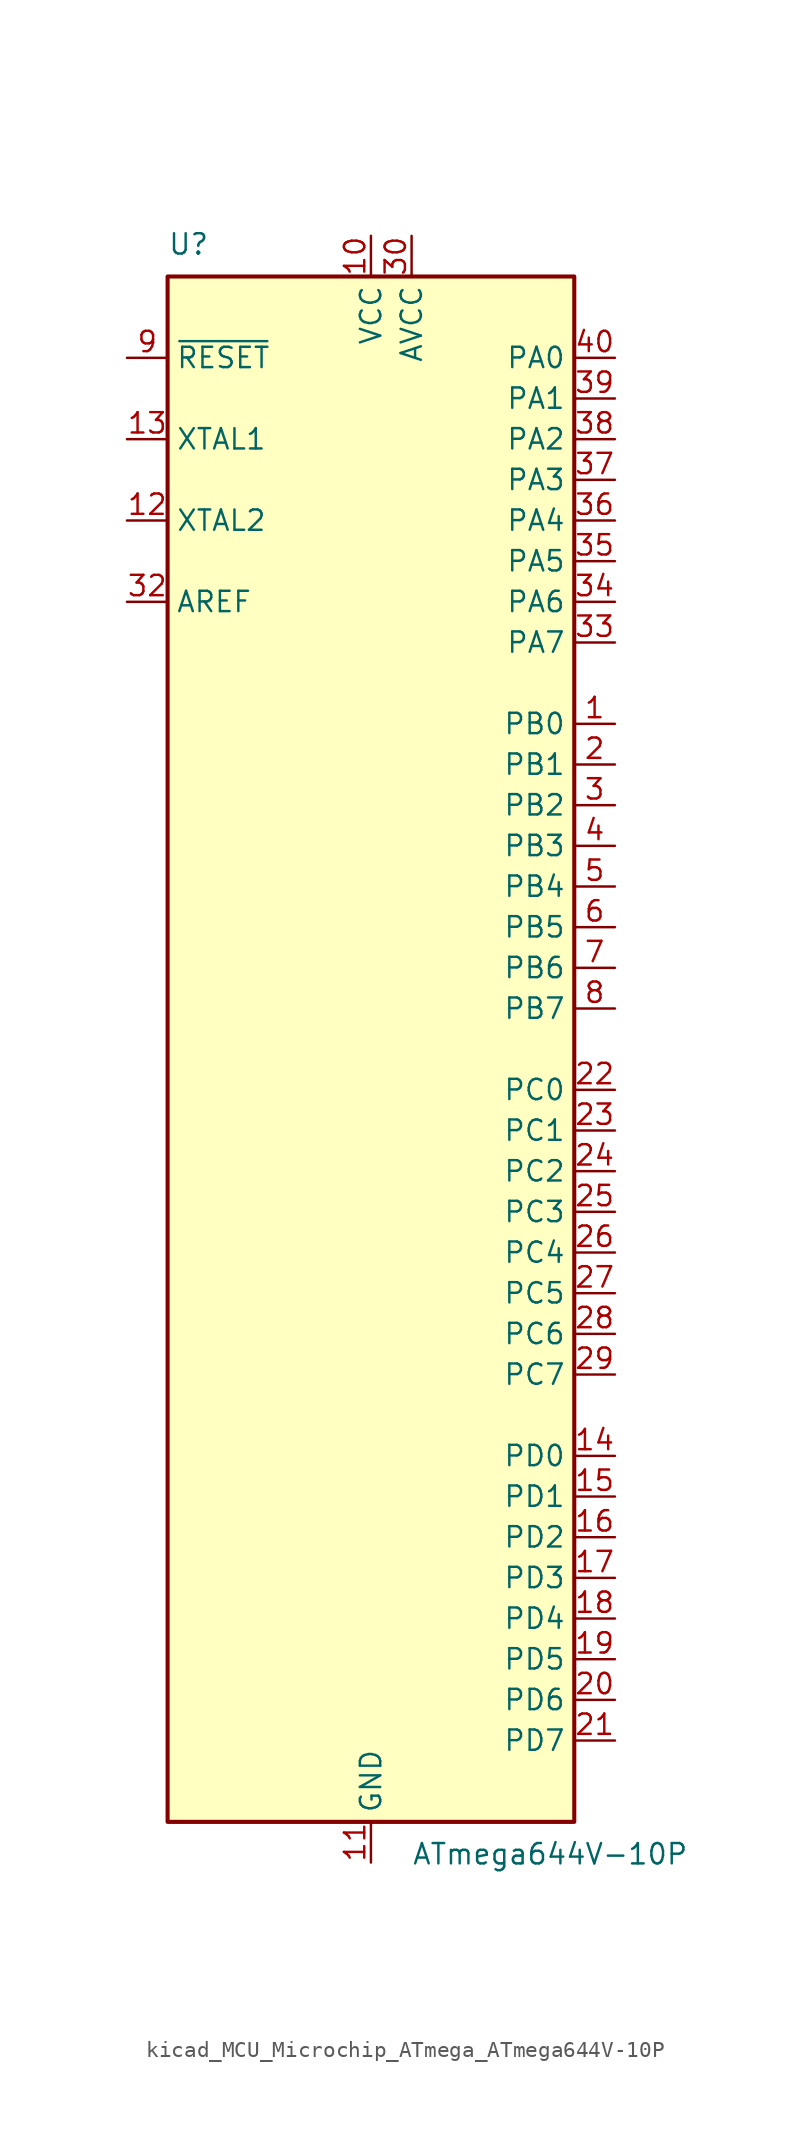
<source format=kicad_sym>
(kicad_symbol_lib
  (version 20220914)
  (generator kicad_symbol_editor)
  (symbol "kicad_MCU_Microchip_ATmega_ATmega644V-10P"
    (property "Reference" "U"
      (at -12.7 49.53 0)
      (effects (font (size 1.27 1.27)) (justify left bottom)))
    (property "Value" "ATmega644V-10P"
      (at 2.54 -49.53 0)
      (effects (font (size 1.27 1.27)) (justify left top)))
    (symbol "kicad_MCU_Microchip_ATmega_ATmega644V-10P_0_1"
      (rectangle (start -12.7 -48.26) (end 12.7 48.26) (stroke (width 0.254) (type default)) (fill (type background))))
    (symbol "kicad_MCU_Microchip_ATmega_ATmega644V-10P_1_1"
      (pin bidirectional line (at 15.24 20.32 180) (length 2.54) (name "PB0" (effects (font (size 1.27 1.27)))) (number "1" (effects (font (size 1.27 1.27)))))
      (pin power_in line (at 0 50.8 270) (length 2.54) (name "VCC" (effects (font (size 1.27 1.27)))) (number "10" (effects (font (size 1.27 1.27)))))
      (pin power_in line (at 0 -50.8 90) (length 2.54) (name "GND" (effects (font (size 1.27 1.27)))) (number "11" (effects (font (size 1.27 1.27)))))
      (pin output line (at -15.24 33.02 0) (length 2.54) (name "XTAL2" (effects (font (size 1.27 1.27)))) (number "12" (effects (font (size 1.27 1.27)))))
      (pin input line (at -15.24 38.1 0) (length 2.54) (name "XTAL1" (effects (font (size 1.27 1.27)))) (number "13" (effects (font (size 1.27 1.27)))))
      (pin bidirectional line (at 15.24 -25.4 180) (length 2.54) (name "PD0" (effects (font (size 1.27 1.27)))) (number "14" (effects (font (size 1.27 1.27)))))
      (pin bidirectional line (at 15.24 -27.94 180) (length 2.54) (name "PD1" (effects (font (size 1.27 1.27)))) (number "15" (effects (font (size 1.27 1.27)))))
      (pin bidirectional line (at 15.24 -30.48 180) (length 2.54) (name "PD2" (effects (font (size 1.27 1.27)))) (number "16" (effects (font (size 1.27 1.27)))))
      (pin bidirectional line (at 15.24 -33.02 180) (length 2.54) (name "PD3" (effects (font (size 1.27 1.27)))) (number "17" (effects (font (size 1.27 1.27)))))
      (pin bidirectional line (at 15.24 -35.56 180) (length 2.54) (name "PD4" (effects (font (size 1.27 1.27)))) (number "18" (effects (font (size 1.27 1.27)))))
      (pin bidirectional line (at 15.24 -38.1 180) (length 2.54) (name "PD5" (effects (font (size 1.27 1.27)))) (number "19" (effects (font (size 1.27 1.27)))))
      (pin bidirectional line (at 15.24 17.78 180) (length 2.54) (name "PB1" (effects (font (size 1.27 1.27)))) (number "2" (effects (font (size 1.27 1.27)))))
      (pin bidirectional line (at 15.24 -40.64 180) (length 2.54) (name "PD6" (effects (font (size 1.27 1.27)))) (number "20" (effects (font (size 1.27 1.27)))))
      (pin bidirectional line (at 15.24 -43.18 180) (length 2.54) (name "PD7" (effects (font (size 1.27 1.27)))) (number "21" (effects (font (size 1.27 1.27)))))
      (pin bidirectional line (at 15.24 -2.54 180) (length 2.54) (name "PC0" (effects (font (size 1.27 1.27)))) (number "22" (effects (font (size 1.27 1.27)))))
      (pin bidirectional line (at 15.24 -5.08 180) (length 2.54) (name "PC1" (effects (font (size 1.27 1.27)))) (number "23" (effects (font (size 1.27 1.27)))))
      (pin bidirectional line (at 15.24 -7.62 180) (length 2.54) (name "PC2" (effects (font (size 1.27 1.27)))) (number "24" (effects (font (size 1.27 1.27)))))
      (pin bidirectional line (at 15.24 -10.16 180) (length 2.54) (name "PC3" (effects (font (size 1.27 1.27)))) (number "25" (effects (font (size 1.27 1.27)))))
      (pin bidirectional line (at 15.24 -12.7 180) (length 2.54) (name "PC4" (effects (font (size 1.27 1.27)))) (number "26" (effects (font (size 1.27 1.27)))))
      (pin bidirectional line (at 15.24 -15.24 180) (length 2.54) (name "PC5" (effects (font (size 1.27 1.27)))) (number "27" (effects (font (size 1.27 1.27)))))
      (pin bidirectional line (at 15.24 -17.78 180) (length 2.54) (name "PC6" (effects (font (size 1.27 1.27)))) (number "28" (effects (font (size 1.27 1.27)))))
      (pin bidirectional line (at 15.24 -20.32 180) (length 2.54) (name "PC7" (effects (font (size 1.27 1.27)))) (number "29" (effects (font (size 1.27 1.27)))))
      (pin bidirectional line (at 15.24 15.24 180) (length 2.54) (name "PB2" (effects (font (size 1.27 1.27)))) (number "3" (effects (font (size 1.27 1.27)))))
      (pin power_in line (at 2.54 50.8 270) (length 2.54) (name "AVCC" (effects (font (size 1.27 1.27)))) (number "30" (effects (font (size 1.27 1.27)))))
      (pin passive line (at 0 -50.8 90) (length 2.54) hide (name "GND" (effects (font (size 1.27 1.27)))) (number "31" (effects (font (size 1.27 1.27)))))
      (pin passive line (at -15.24 27.94 0) (length 2.54) (name "AREF" (effects (font (size 1.27 1.27)))) (number "32" (effects (font (size 1.27 1.27)))))
      (pin bidirectional line (at 15.24 25.4 180) (length 2.54) (name "PA7" (effects (font (size 1.27 1.27)))) (number "33" (effects (font (size 1.27 1.27)))))
      (pin bidirectional line (at 15.24 27.94 180) (length 2.54) (name "PA6" (effects (font (size 1.27 1.27)))) (number "34" (effects (font (size 1.27 1.27)))))
      (pin bidirectional line (at 15.24 30.48 180) (length 2.54) (name "PA5" (effects (font (size 1.27 1.27)))) (number "35" (effects (font (size 1.27 1.27)))))
      (pin bidirectional line (at 15.24 33.02 180) (length 2.54) (name "PA4" (effects (font (size 1.27 1.27)))) (number "36" (effects (font (size 1.27 1.27)))))
      (pin bidirectional line (at 15.24 35.56 180) (length 2.54) (name "PA3" (effects (font (size 1.27 1.27)))) (number "37" (effects (font (size 1.27 1.27)))))
      (pin bidirectional line (at 15.24 38.1 180) (length 2.54) (name "PA2" (effects (font (size 1.27 1.27)))) (number "38" (effects (font (size 1.27 1.27)))))
      (pin bidirectional line (at 15.24 40.64 180) (length 2.54) (name "PA1" (effects (font (size 1.27 1.27)))) (number "39" (effects (font (size 1.27 1.27)))))
      (pin bidirectional line (at 15.24 12.7 180) (length 2.54) (name "PB3" (effects (font (size 1.27 1.27)))) (number "4" (effects (font (size 1.27 1.27)))))
      (pin bidirectional line (at 15.24 43.18 180) (length 2.54) (name "PA0" (effects (font (size 1.27 1.27)))) (number "40" (effects (font (size 1.27 1.27)))))
      (pin bidirectional line (at 15.24 10.16 180) (length 2.54) (name "PB4" (effects (font (size 1.27 1.27)))) (number "5" (effects (font (size 1.27 1.27)))))
      (pin bidirectional line (at 15.24 7.62 180) (length 2.54) (name "PB5" (effects (font (size 1.27 1.27)))) (number "6" (effects (font (size 1.27 1.27)))))
      (pin bidirectional line (at 15.24 5.08 180) (length 2.54) (name "PB6" (effects (font (size 1.27 1.27)))) (number "7" (effects (font (size 1.27 1.27)))))
      (pin bidirectional line (at 15.24 2.54 180) (length 2.54) (name "PB7" (effects (font (size 1.27 1.27)))) (number "8" (effects (font (size 1.27 1.27)))))
      (pin input line (at -15.24 43.18 0) (length 2.54) (name "~{RESET}" (effects (font (size 1.27 1.27)))) (number "9" (effects (font (size 1.27 1.27))))))))
</source>
